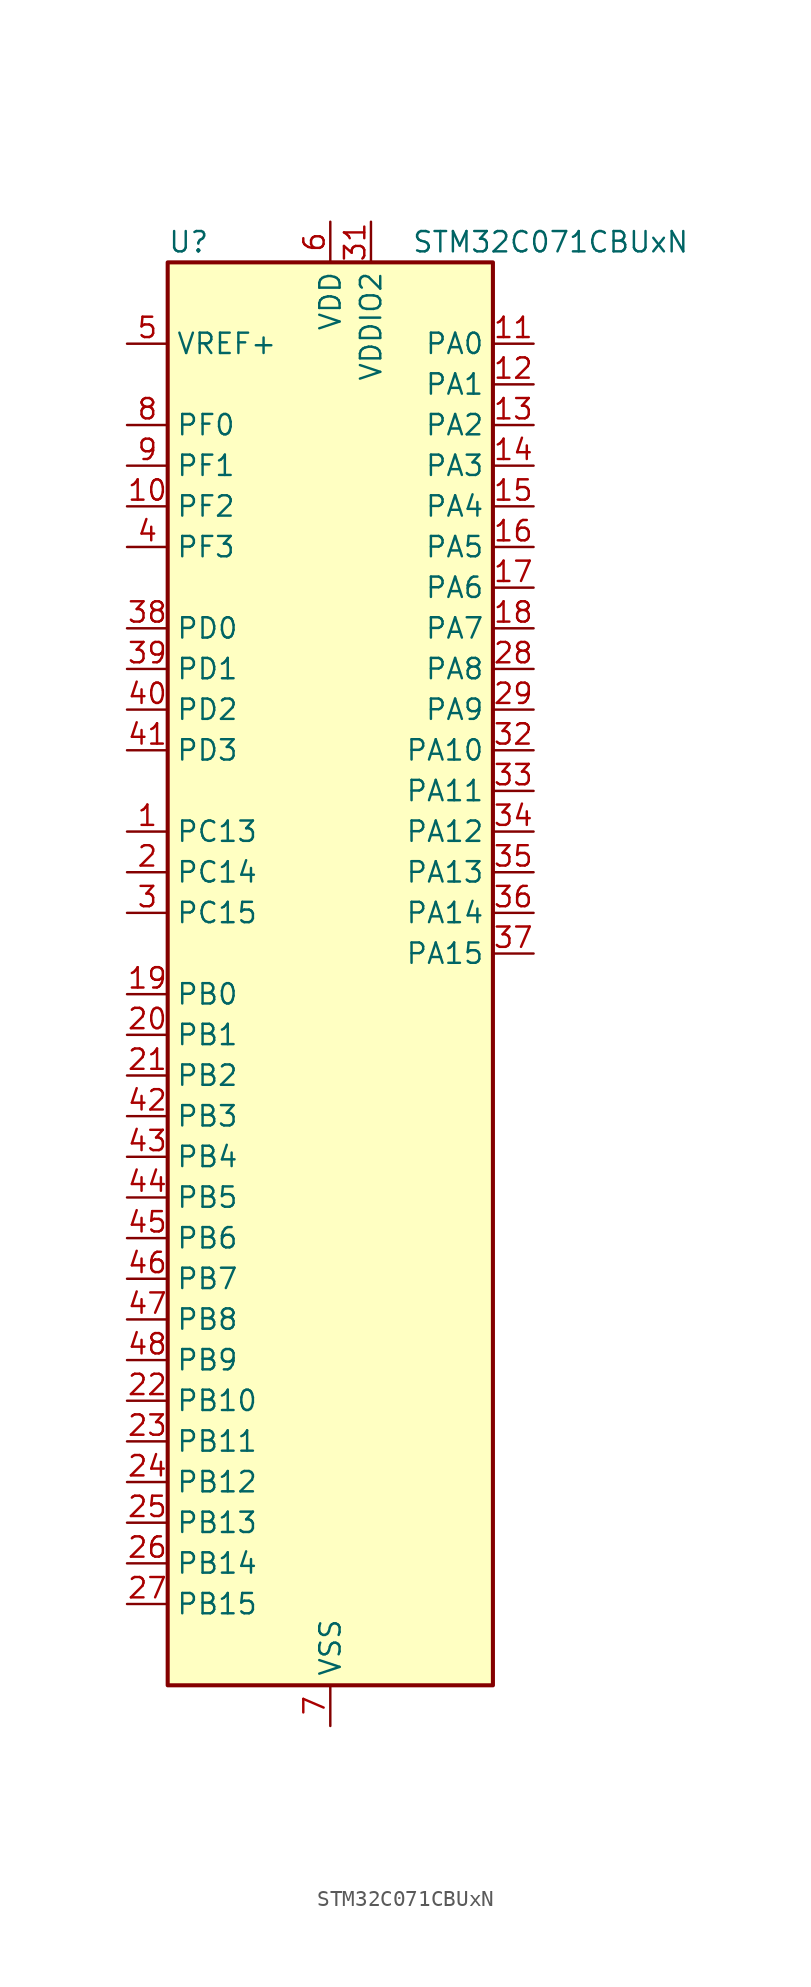
<source format=kicad_sym>
(kicad_symbol_lib
  (version 20241209)
  (generator "kicad_symbol_editor")
  (generator_version "9.0")
  (symbol "STM32C071CBUxN"
    (property "Reference" "U"
      (at -10.16 46.99 0)
      (effects (font (size 1.27 1.27)) (justify left)))
    (property "Value" "STM32C071CBUxN"
      (at 5.08 46.99 0)
      (effects (font (size 1.27 1.27)) (justify left)))
    (symbol "STM32C071CBUxN_0_1"
      (rectangle (start -10.16 -43.18) (end 10.16 45.72) (stroke (width 0.254) (type default)) (fill (type background))))
    (symbol "STM32C071CBUxN_1_1"
      (pin input line (at -12.7 40.64 0) (length 2.54) (name "VREF+" (effects (font (size 1.27 1.27)))) (number "5" (effects (font (size 1.27 1.27)))))
      (pin bidirectional line (at -12.7 35.56 0) (length 2.54) (name "PF0" (effects (font (size 1.27 1.27)))) (number "8" (effects (font (size 1.27 1.27)))) (alternate "CRS_SYNC" bidirectional line) (alternate "RCC_OSC_IN" bidirectional line) (alternate "TIM14_CH1" bidirectional line))
      (pin bidirectional line (at -12.7 33.02 0) (length 2.54) (name "PF1" (effects (font (size 1.27 1.27)))) (number "9" (effects (font (size 1.27 1.27)))) (alternate "RCC_OSC_EN" bidirectional line) (alternate "RCC_OSC_OUT" bidirectional line))
      (pin bidirectional line (at -12.7 30.48 0) (length 2.54) (name "PF2" (effects (font (size 1.27 1.27)))) (number "10" (effects (font (size 1.27 1.27)))) (alternate "RCC_MCO" bidirectional line) (alternate "TIM1_CH4" bidirectional line))
      (pin bidirectional line (at -12.7 27.94 0) (length 2.54) (name "PF3" (effects (font (size 1.27 1.27)))) (number "4" (effects (font (size 1.27 1.27)))))
      (pin bidirectional line (at -12.7 22.86 0) (length 2.54) (name "PD0" (effects (font (size 1.27 1.27)))) (number "38" (effects (font (size 1.27 1.27)))) (alternate "SPI2_NSS" bidirectional line) (alternate "TIM16_CH1" bidirectional line))
      (pin bidirectional line (at -12.7 20.32 0) (length 2.54) (name "PD1" (effects (font (size 1.27 1.27)))) (number "39" (effects (font (size 1.27 1.27)))) (alternate "SPI2_SCK" bidirectional line) (alternate "TIM17_CH1" bidirectional line))
      (pin bidirectional line (at -12.7 17.78 0) (length 2.54) (name "PD2" (effects (font (size 1.27 1.27)))) (number "40" (effects (font (size 1.27 1.27)))) (alternate "TIM1_CH1N" bidirectional line) (alternate "TIM3_ETR" bidirectional line))
      (pin bidirectional line (at -12.7 15.24 0) (length 2.54) (name "PD3" (effects (font (size 1.27 1.27)))) (number "41" (effects (font (size 1.27 1.27)))) (alternate "SPI2_MISO" bidirectional line) (alternate "TIM1_CH2N" bidirectional line) (alternate "USART2_CTS" bidirectional line) (alternate "USART2_NSS" bidirectional line))
      (pin bidirectional line (at -12.7 10.16 0) (length 2.54) (name "PC13" (effects (font (size 1.27 1.27)))) (number "1" (effects (font (size 1.27 1.27)))) (alternate "PWR_WKUP2" bidirectional line) (alternate "RTC_OUT1" bidirectional line) (alternate "RTC_TS" bidirectional line) (alternate "TIM1_BKIN" bidirectional line) (alternate "TIM1_ETR" bidirectional line))
      (pin bidirectional line (at -12.7 7.62 0) (length 2.54) (name "PC14" (effects (font (size 1.27 1.27)))) (number "2" (effects (font (size 1.27 1.27)))) (alternate "I2C1_SDA" bidirectional line) (alternate "IR_OUT" bidirectional line) (alternate "RCC_OSCX_IN" bidirectional line) (alternate "SPI2_NSS" bidirectional line) (alternate "TIM17_CH1" bidirectional line) (alternate "TIM1_BKIN2" bidirectional line) (alternate "TIM1_ETR" bidirectional line) (alternate "TIM3_CH2" bidirectional line) (alternate "USART1_TX" bidirectional line) (alternate "USART2_CK" bidirectional line) (alternate "USART2_DE" bidirectional line) (alternate "USART2_RTS" bidirectional line))
      (pin bidirectional line (at -12.7 5.08 0) (length 2.54) (name "PC15" (effects (font (size 1.27 1.27)))) (number "3" (effects (font (size 1.27 1.27)))) (alternate "RCC_OSC32_EN" bidirectional line) (alternate "RCC_OSCX_OUT" bidirectional line) (alternate "RCC_OSC_EN" bidirectional line) (alternate "TIM1_ETR" bidirectional line) (alternate "TIM3_CH3" bidirectional line))
      (pin bidirectional line (at -12.7 0 0) (length 2.54) (name "PB0" (effects (font (size 1.27 1.27)))) (number "19" (effects (font (size 1.27 1.27)))) (alternate "ADC1_IN17" bidirectional line) (alternate "I2S1_WS" bidirectional line) (alternate "SPI1_NSS" bidirectional line) (alternate "TIM1_CH2N" bidirectional line) (alternate "TIM3_CH3" bidirectional line))
      (pin bidirectional line (at -12.7 -2.54 0) (length 2.54) (name "PB1" (effects (font (size 1.27 1.27)))) (number "20" (effects (font (size 1.27 1.27)))) (alternate "ADC1_IN18" bidirectional line) (alternate "TIM14_CH1" bidirectional line) (alternate "TIM1_CH2N" bidirectional line) (alternate "TIM1_CH3N" bidirectional line) (alternate "TIM3_CH4" bidirectional line))
      (pin bidirectional line (at -12.7 -5.08 0) (length 2.54) (name "PB2" (effects (font (size 1.27 1.27)))) (number "21" (effects (font (size 1.27 1.27)))) (alternate "ADC1_IN19" bidirectional line) (alternate "RCC_MCO2" bidirectional line) (alternate "SPI2_MISO" bidirectional line) (alternate "USART1_RX" bidirectional line))
      (pin bidirectional line (at -12.7 -7.62 0) (length 2.54) (name "PB3" (effects (font (size 1.27 1.27)))) (number "42" (effects (font (size 1.27 1.27)))) (alternate "I2C2_SCL" bidirectional line) (alternate "I2S1_CK" bidirectional line) (alternate "SPI1_SCK" bidirectional line) (alternate "TIM1_CH2" bidirectional line) (alternate "TIM2_CH2" bidirectional line) (alternate "TIM3_CH2" bidirectional line) (alternate "USART1_CK" bidirectional line) (alternate "USART1_DE" bidirectional line) (alternate "USART1_RTS" bidirectional line))
      (pin bidirectional line (at -12.7 -10.16 0) (length 2.54) (name "PB4" (effects (font (size 1.27 1.27)))) (number "43" (effects (font (size 1.27 1.27)))) (alternate "I2C2_SDA" bidirectional line) (alternate "I2S1_MCK" bidirectional line) (alternate "SPI1_MISO" bidirectional line) (alternate "TIM17_BKIN" bidirectional line) (alternate "TIM3_CH1" bidirectional line) (alternate "USART1_CTS" bidirectional line) (alternate "USART1_NSS" bidirectional line))
      (pin bidirectional line (at -12.7 -12.7 0) (length 2.54) (name "PB5" (effects (font (size 1.27 1.27)))) (number "44" (effects (font (size 1.27 1.27)))) (alternate "I2C1_SMBA" bidirectional line) (alternate "I2S1_SD" bidirectional line) (alternate "PWR_WKUP6" bidirectional line) (alternate "SPI1_MOSI" bidirectional line) (alternate "TIM16_BKIN" bidirectional line) (alternate "TIM3_CH2" bidirectional line) (alternate "TIM3_CH3" bidirectional line))
      (pin bidirectional line (at -12.7 -15.24 0) (length 2.54) (name "PB6" (effects (font (size 1.27 1.27)))) (number "45" (effects (font (size 1.27 1.27)))) (alternate "I2C1_SCL" bidirectional line) (alternate "I2C1_SMBA" bidirectional line) (alternate "I2S1_CK" bidirectional line) (alternate "I2S1_MCK" bidirectional line) (alternate "I2S1_SD" bidirectional line) (alternate "PWR_WKUP3" bidirectional line) (alternate "SPI1_MISO" bidirectional line) (alternate "SPI1_MOSI" bidirectional line) (alternate "SPI1_SCK" bidirectional line) (alternate "SPI2_MISO" bidirectional line) (alternate "TIM16_BKIN" bidirectional line) (alternate "TIM16_CH1N" bidirectional line) (alternate "TIM17_BKIN" bidirectional line) (alternate "TIM1_CH2" bidirectional line) (alternate "TIM1_CH3" bidirectional line) (alternate "TIM3_CH1" bidirectional line) (alternate "TIM3_CH2" bidirectional line) (alternate "TIM3_CH3" bidirectional line) (alternate "USART1_CTS" bidirectional line) (alternate "USART1_NSS" bidirectional line) (alternate "USART1_TX" bidirectional line))
      (pin bidirectional line (at -12.7 -17.78 0) (length 2.54) (name "PB7" (effects (font (size 1.27 1.27)))) (number "46" (effects (font (size 1.27 1.27)))) (alternate "I2C1_SCL" bidirectional line) (alternate "I2C1_SDA" bidirectional line) (alternate "SPI2_MOSI" bidirectional line) (alternate "TIM16_CH1" bidirectional line) (alternate "TIM17_CH1N" bidirectional line) (alternate "TIM1_CH4" bidirectional line) (alternate "TIM3_CH1" bidirectional line) (alternate "TIM3_CH4" bidirectional line) (alternate "USART1_RX" bidirectional line) (alternate "USART2_CTS" bidirectional line) (alternate "USART2_NSS" bidirectional line))
      (pin bidirectional line (at -12.7 -20.32 0) (length 2.54) (name "PB8" (effects (font (size 1.27 1.27)))) (number "47" (effects (font (size 1.27 1.27)))) (alternate "I2C1_SCL" bidirectional line) (alternate "SPI2_SCK" bidirectional line) (alternate "TIM16_CH1" bidirectional line) (alternate "TIM3_CH1" bidirectional line) (alternate "USART2_CTS" bidirectional line) (alternate "USART2_NSS" bidirectional line))
      (pin bidirectional line (at -12.7 -22.86 0) (length 2.54) (name "PB9" (effects (font (size 1.27 1.27)))) (number "48" (effects (font (size 1.27 1.27)))) (alternate "I2C1_SDA" bidirectional line) (alternate "IR_OUT" bidirectional line) (alternate "SPI2_NSS" bidirectional line) (alternate "TIM17_CH1" bidirectional line) (alternate "TIM3_CH2" bidirectional line) (alternate "USART2_CK" bidirectional line) (alternate "USART2_DE" bidirectional line) (alternate "USART2_RTS" bidirectional line))
      (pin bidirectional line (at -12.7 -25.4 0) (length 2.54) (name "PB10" (effects (font (size 1.27 1.27)))) (number "22" (effects (font (size 1.27 1.27)))) (alternate "ADC1_IN20" bidirectional line) (alternate "I2C2_SCL" bidirectional line) (alternate "SPI2_SCK" bidirectional line) (alternate "TIM2_CH3" bidirectional line))
      (pin bidirectional line (at -12.7 -27.94 0) (length 2.54) (name "PB11" (effects (font (size 1.27 1.27)))) (number "23" (effects (font (size 1.27 1.27)))) (alternate "ADC1_EXTI11" bidirectional line) (alternate "ADC1_IN21" bidirectional line) (alternate "I2C2_SDA" bidirectional line) (alternate "SPI2_MOSI" bidirectional line) (alternate "TIM2_CH4" bidirectional line))
      (pin bidirectional line (at -12.7 -30.48 0) (length 2.54) (name "PB12" (effects (font (size 1.27 1.27)))) (number "24" (effects (font (size 1.27 1.27)))) (alternate "ADC1_IN22" bidirectional line) (alternate "SPI2_NSS" bidirectional line) (alternate "TIM1_BKIN" bidirectional line) (alternate "TIM1_BKIN2" bidirectional line))
      (pin bidirectional line (at -12.7 -33.02 0) (length 2.54) (name "PB13" (effects (font (size 1.27 1.27)))) (number "25" (effects (font (size 1.27 1.27)))) (alternate "I2C2_SCL" bidirectional line) (alternate "SPI2_SCK" bidirectional line) (alternate "TIM1_CH1N" bidirectional line))
      (pin bidirectional line (at -12.7 -35.56 0) (length 2.54) (name "PB14" (effects (font (size 1.27 1.27)))) (number "26" (effects (font (size 1.27 1.27)))) (alternate "I2C2_SDA" bidirectional line) (alternate "SPI2_MISO" bidirectional line) (alternate "TIM1_CH2N" bidirectional line))
      (pin bidirectional line (at -12.7 -38.1 0) (length 2.54) (name "PB15" (effects (font (size 1.27 1.27)))) (number "27" (effects (font (size 1.27 1.27)))) (alternate "RTC_REFIN" bidirectional line) (alternate "SPI2_MOSI" bidirectional line) (alternate "TIM1_CH3N" bidirectional line))
      (pin power_in line (at 0 48.26 270) (length 2.54) (name "VDD" (effects (font (size 1.27 1.27)))) (number "6" (effects (font (size 1.27 1.27)))))
      (pin passive line (at 0 -45.72 90) (length 2.54) (hide yes) (name "VSS" (effects (font (size 1.27 1.27)))) (number "30" (effects (font (size 1.27 1.27)))))
      (pin passive line (at 0 -45.72 90) (length 2.54) (hide yes) (name "VSS" (effects (font (size 1.27 1.27)))) (number "49" (effects (font (size 1.27 1.27)))))
      (pin power_in line (at 0 -45.72 90) (length 2.54) (name "VSS" (effects (font (size 1.27 1.27)))) (number "7" (effects (font (size 1.27 1.27)))))
      (pin power_in line (at 2.54 48.26 270) (length 2.54) (name "VDDIO2" (effects (font (size 1.27 1.27)))) (number "31" (effects (font (size 1.27 1.27)))))
      (pin bidirectional line (at 12.7 40.64 180) (length 2.54) (name "PA0" (effects (font (size 1.27 1.27)))) (number "11" (effects (font (size 1.27 1.27)))) (alternate "ADC1_IN0" bidirectional line) (alternate "PWR_WKUP1" bidirectional line) (alternate "SPI2_SCK" bidirectional line) (alternate "TIM16_CH1" bidirectional line) (alternate "TIM1_CH1" bidirectional line) (alternate "TIM2_CH1" bidirectional line) (alternate "TIM2_ETR" bidirectional line) (alternate "USART1_TX" bidirectional line) (alternate "USART2_CTS" bidirectional line) (alternate "USART2_NSS" bidirectional line))
      (pin bidirectional line (at 12.7 38.1 180) (length 2.54) (name "PA1" (effects (font (size 1.27 1.27)))) (number "12" (effects (font (size 1.27 1.27)))) (alternate "ADC1_IN1" bidirectional line) (alternate "I2C1_SMBA" bidirectional line) (alternate "I2S1_CK" bidirectional line) (alternate "SPI1_SCK" bidirectional line) (alternate "TIM17_CH1" bidirectional line) (alternate "TIM1_CH2" bidirectional line) (alternate "TIM2_CH2" bidirectional line) (alternate "USART1_RX" bidirectional line) (alternate "USART2_CK" bidirectional line) (alternate "USART2_DE" bidirectional line) (alternate "USART2_RTS" bidirectional line))
      (pin bidirectional line (at 12.7 35.56 180) (length 2.54) (name "PA2" (effects (font (size 1.27 1.27)))) (number "13" (effects (font (size 1.27 1.27)))) (alternate "ADC1_IN2" bidirectional line) (alternate "I2S1_SD" bidirectional line) (alternate "PWR_WKUP4" bidirectional line) (alternate "RCC_LSCO" bidirectional line) (alternate "SPI1_MOSI" bidirectional line) (alternate "TIM16_CH1N" bidirectional line) (alternate "TIM1_CH3" bidirectional line) (alternate "TIM2_CH3" bidirectional line) (alternate "TIM3_ETR" bidirectional line) (alternate "USART2_TX" bidirectional line))
      (pin bidirectional line (at 12.7 33.02 180) (length 2.54) (name "PA3" (effects (font (size 1.27 1.27)))) (number "14" (effects (font (size 1.27 1.27)))) (alternate "ADC1_IN3" bidirectional line) (alternate "SPI2_MISO" bidirectional line) (alternate "TIM1_CH1N" bidirectional line) (alternate "TIM1_CH4" bidirectional line) (alternate "TIM2_CH4" bidirectional line) (alternate "USART2_RX" bidirectional line))
      (pin bidirectional line (at 12.7 30.48 180) (length 2.54) (name "PA4" (effects (font (size 1.27 1.27)))) (number "15" (effects (font (size 1.27 1.27)))) (alternate "ADC1_IN4" bidirectional line) (alternate "I2S1_WS" bidirectional line) (alternate "RTC_OUT2" bidirectional line) (alternate "SPI1_NSS" bidirectional line) (alternate "SPI2_MOSI" bidirectional line) (alternate "TIM14_CH1" bidirectional line) (alternate "TIM17_CH1N" bidirectional line) (alternate "TIM1_CH2N" bidirectional line) (alternate "USART2_TX" bidirectional line) (alternate "USB_NOE" bidirectional line))
      (pin bidirectional line (at 12.7 27.94 180) (length 2.54) (name "PA5" (effects (font (size 1.27 1.27)))) (number "16" (effects (font (size 1.27 1.27)))) (alternate "ADC1_IN5" bidirectional line) (alternate "I2S1_CK" bidirectional line) (alternate "SPI1_SCK" bidirectional line) (alternate "TIM1_CH1" bidirectional line) (alternate "TIM1_CH3N" bidirectional line) (alternate "TIM2_CH1" bidirectional line) (alternate "TIM2_ETR" bidirectional line) (alternate "USART2_RX" bidirectional line))
      (pin bidirectional line (at 12.7 25.4 180) (length 2.54) (name "PA6" (effects (font (size 1.27 1.27)))) (number "17" (effects (font (size 1.27 1.27)))) (alternate "ADC1_IN6" bidirectional line) (alternate "I2C2_SDA" bidirectional line) (alternate "I2S1_MCK" bidirectional line) (alternate "SPI1_MISO" bidirectional line) (alternate "TIM16_CH1" bidirectional line) (alternate "TIM1_BKIN" bidirectional line) (alternate "TIM3_CH1" bidirectional line))
      (pin bidirectional line (at 12.7 22.86 180) (length 2.54) (name "PA7" (effects (font (size 1.27 1.27)))) (number "18" (effects (font (size 1.27 1.27)))) (alternate "ADC1_IN7" bidirectional line) (alternate "I2C2_SCL" bidirectional line) (alternate "I2S1_SD" bidirectional line) (alternate "SPI1_MOSI" bidirectional line) (alternate "TIM14_CH1" bidirectional line) (alternate "TIM17_CH1" bidirectional line) (alternate "TIM1_CH1N" bidirectional line) (alternate "TIM3_CH2" bidirectional line))
      (pin bidirectional line (at 12.7 20.32 180) (length 2.54) (name "PA8" (effects (font (size 1.27 1.27)))) (number "28" (effects (font (size 1.27 1.27)))) (alternate "ADC1_IN8" bidirectional line) (alternate "CRS_SYNC" bidirectional line) (alternate "I2S1_WS" bidirectional line) (alternate "RCC_MCO" bidirectional line) (alternate "RCC_MCO2" bidirectional line) (alternate "SPI1_NSS" bidirectional line) (alternate "SPI2_MISO" bidirectional line) (alternate "SPI2_NSS" bidirectional line) (alternate "TIM14_CH1" bidirectional line) (alternate "TIM1_CH1" bidirectional line) (alternate "TIM1_CH2N" bidirectional line) (alternate "TIM1_CH3N" bidirectional line) (alternate "TIM3_CH3" bidirectional line) (alternate "TIM3_CH4" bidirectional line) (alternate "USART1_RX" bidirectional line) (alternate "USART2_TX" bidirectional line))
      (pin bidirectional line (at 12.7 17.78 180) (length 2.54) (name "PA9" (effects (font (size 1.27 1.27)))) (number "29" (effects (font (size 1.27 1.27)))) (alternate "I2C1_SCL" bidirectional line) (alternate "I2C2_SCL" bidirectional line) (alternate "RCC_MCO" bidirectional line) (alternate "SPI2_MISO" bidirectional line) (alternate "TIM1_CH2" bidirectional line) (alternate "TIM3_ETR" bidirectional line) (alternate "USART1_TX" bidirectional line))
      (pin bidirectional line (at 12.7 15.24 180) (length 2.54) (name "PA10" (effects (font (size 1.27 1.27)))) (number "32" (effects (font (size 1.27 1.27)))) (alternate "I2C1_SDA" bidirectional line) (alternate "I2C2_SDA" bidirectional line) (alternate "RCC_MCO2" bidirectional line) (alternate "SPI2_MOSI" bidirectional line) (alternate "TIM17_BKIN" bidirectional line) (alternate "TIM1_CH3" bidirectional line) (alternate "USART1_RX" bidirectional line))
      (pin bidirectional line (at 12.7 12.7 180) (length 2.54) (name "PA11" (effects (font (size 1.27 1.27)))) (number "33" (effects (font (size 1.27 1.27)))) (alternate "ADC1_EXTI11" bidirectional line) (alternate "I2C2_SCL" bidirectional line) (alternate "I2S1_MCK" bidirectional line) (alternate "SPI1_MISO" bidirectional line) (alternate "TIM1_BKIN2" bidirectional line) (alternate "TIM1_CH4" bidirectional line) (alternate "USART1_CTS" bidirectional line) (alternate "USART1_NSS" bidirectional line) (alternate "USB_DM" bidirectional line))
      (pin bidirectional line (at 12.7 10.16 180) (length 2.54) (name "PA12" (effects (font (size 1.27 1.27)))) (number "34" (effects (font (size 1.27 1.27)))) (alternate "I2C2_SDA" bidirectional line) (alternate "I2S1_SD" bidirectional line) (alternate "I2S_CKIN" bidirectional line) (alternate "SPI1_MOSI" bidirectional line) (alternate "TIM1_ETR" bidirectional line) (alternate "USART1_CK" bidirectional line) (alternate "USART1_DE" bidirectional line) (alternate "USART1_RTS" bidirectional line) (alternate "USB_DP" bidirectional line))
      (pin bidirectional line (at 12.7 7.62 180) (length 2.54) (name "PA13" (effects (font (size 1.27 1.27)))) (number "35" (effects (font (size 1.27 1.27)))) (alternate "ADC1_IN13" bidirectional line) (alternate "DEBUG_SWDIO" bidirectional line) (alternate "IR_OUT" bidirectional line) (alternate "TIM3_ETR" bidirectional line) (alternate "USART2_RX" bidirectional line) (alternate "USB_NOE" bidirectional line))
      (pin bidirectional line (at 12.7 5.08 180) (length 2.54) (name "PA14" (effects (font (size 1.27 1.27)))) (number "36" (effects (font (size 1.27 1.27)))) (alternate "ADC1_IN14" bidirectional line) (alternate "DEBUG_SWCLK" bidirectional line) (alternate "I2S1_WS" bidirectional line) (alternate "RCC_MCO2" bidirectional line) (alternate "SPI1_NSS" bidirectional line) (alternate "TIM1_CH1" bidirectional line) (alternate "USART1_CK" bidirectional line) (alternate "USART1_DE" bidirectional line) (alternate "USART1_RTS" bidirectional line) (alternate "USART2_RX" bidirectional line) (alternate "USART2_TX" bidirectional line))
      (pin bidirectional line (at 12.7 2.54 180) (length 2.54) (name "PA15" (effects (font (size 1.27 1.27)))) (number "37" (effects (font (size 1.27 1.27)))) (alternate "I2S1_WS" bidirectional line) (alternate "RCC_MCO2" bidirectional line) (alternate "SPI1_NSS" bidirectional line) (alternate "TIM1_CH1" bidirectional line) (alternate "TIM2_CH1" bidirectional line) (alternate "TIM2_ETR" bidirectional line) (alternate "USART1_CK" bidirectional line) (alternate "USART1_DE" bidirectional line) (alternate "USART1_RTS" bidirectional line) (alternate "USART2_RX" bidirectional line) (alternate "USB_NOE" bidirectional line)))))
</source>
